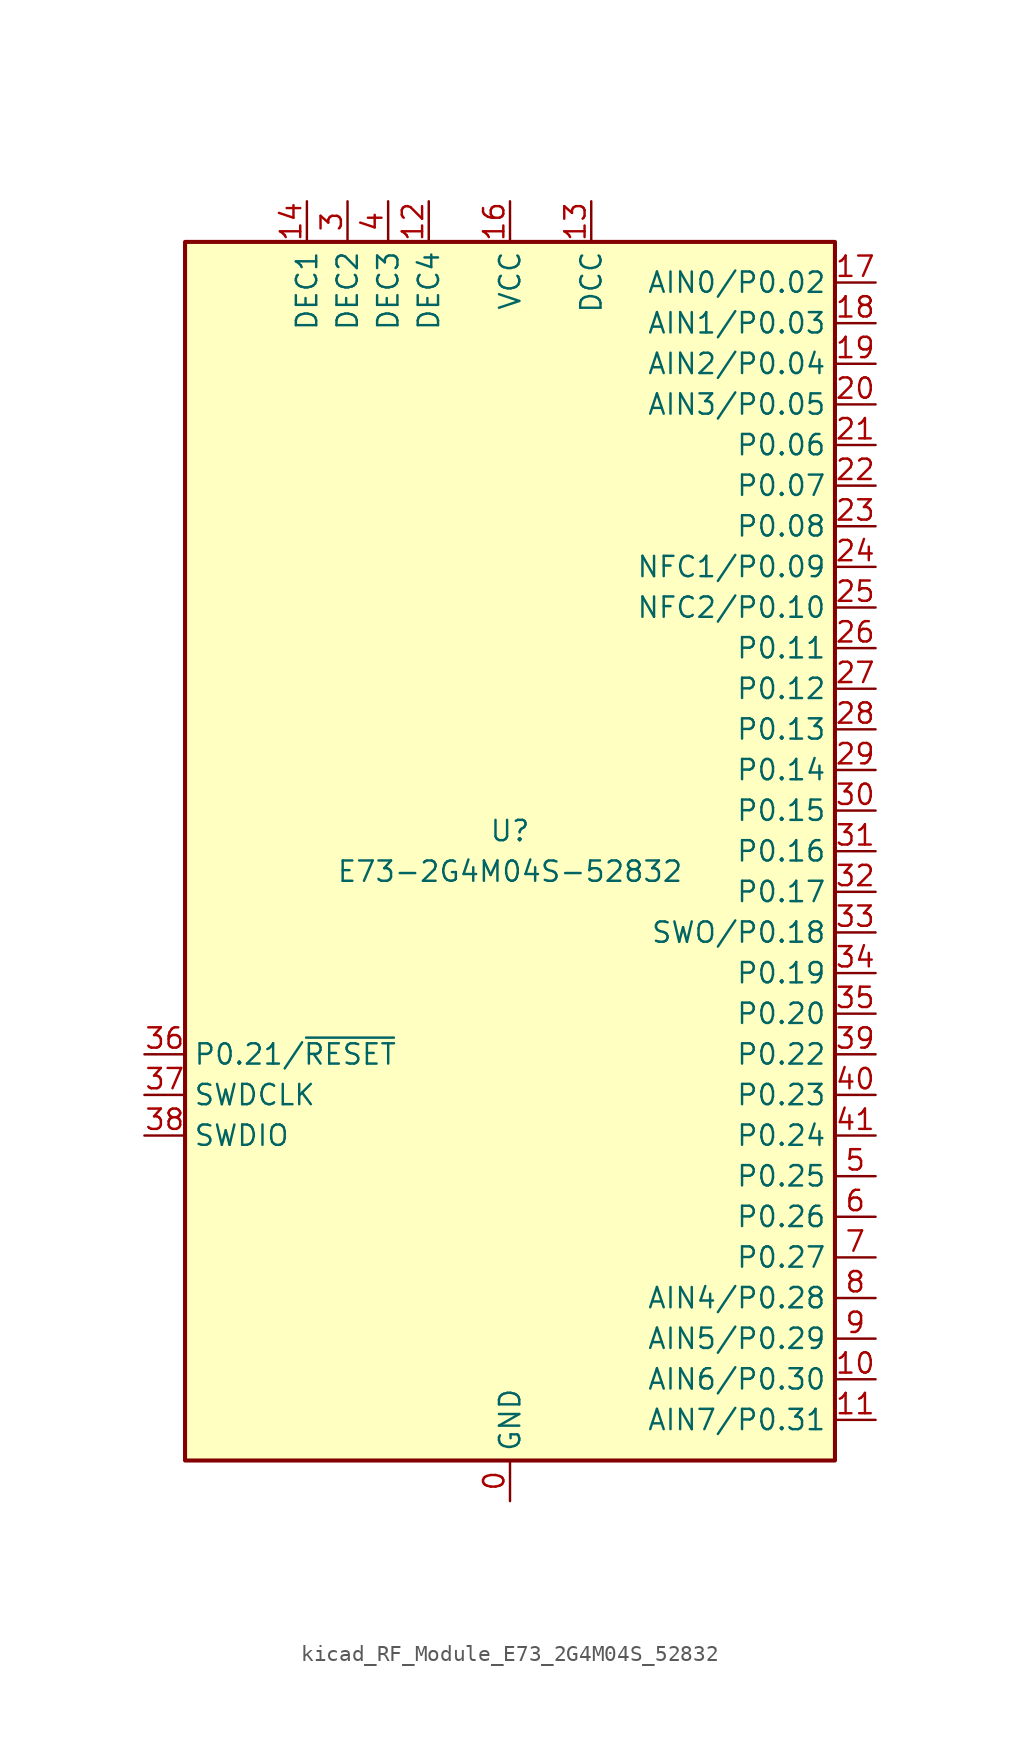
<source format=kicad_sym>
(kicad_symbol_lib
  (version 20220914)
  (generator kicad_symbol_editor)
  (symbol "kicad_RF_Module_E73_2G4M04S_52832"
    (property "Reference" "U"
      (at 0 1.27 0)
      (effects (font (size 1.27 1.27))))
    (property "Value" "E73-2G4M04S-52832"
      (at 0 -1.27 0)
      (effects (font (size 1.27 1.27))))
    (symbol "kicad_RF_Module_E73_2G4M04S_52832_0_1"
      (rectangle (start 20.32 38.1) (end -20.32 -38.1) (stroke (width 0.254) (type default)) (fill (type background))))
    (symbol "kicad_RF_Module_E73_2G4M04S_52832_1_1"
      (pin power_in line (at 0 -40.64 90) (length 2.54) (name "GND" (effects (font (size 1.27 1.27)))) (number "0" (effects (font (size 1.27 1.27)))))
      (pin passive line (at 0 -40.64 90) (length 2.54) hide (name "GND" (effects (font (size 1.27 1.27)))) (number "1" (effects (font (size 1.27 1.27)))))
      (pin bidirectional line (at 22.86 -33.02 180) (length 2.54) (name "AIN6/P0.30" (effects (font (size 1.27 1.27)))) (number "10" (effects (font (size 1.27 1.27)))))
      (pin bidirectional line (at 22.86 -35.56 180) (length 2.54) (name "AIN7/P0.31" (effects (font (size 1.27 1.27)))) (number "11" (effects (font (size 1.27 1.27)))))
      (pin passive line (at -5.08 40.64 270) (length 2.54) (name "DEC4" (effects (font (size 1.27 1.27)))) (number "12" (effects (font (size 1.27 1.27)))))
      (pin power_out line (at 5.08 40.64 270) (length 2.54) (name "DCC" (effects (font (size 1.27 1.27)))) (number "13" (effects (font (size 1.27 1.27)))))
      (pin passive line (at -12.7 40.64 270) (length 2.54) (name "DEC1" (effects (font (size 1.27 1.27)))) (number "14" (effects (font (size 1.27 1.27)))))
      (pin passive line (at 0 -40.64 90) (length 2.54) hide (name "GND" (effects (font (size 1.27 1.27)))) (number "15" (effects (font (size 1.27 1.27)))))
      (pin power_in line (at 0 40.64 270) (length 2.54) (name "VCC" (effects (font (size 1.27 1.27)))) (number "16" (effects (font (size 1.27 1.27)))))
      (pin bidirectional line (at 22.86 35.56 180) (length 2.54) (name "AIN0/P0.02" (effects (font (size 1.27 1.27)))) (number "17" (effects (font (size 1.27 1.27)))))
      (pin bidirectional line (at 22.86 33.02 180) (length 2.54) (name "AIN1/P0.03" (effects (font (size 1.27 1.27)))) (number "18" (effects (font (size 1.27 1.27)))))
      (pin bidirectional line (at 22.86 30.48 180) (length 2.54) (name "AIN2/P0.04" (effects (font (size 1.27 1.27)))) (number "19" (effects (font (size 1.27 1.27)))))
      (pin passive line (at 0 -40.64 90) (length 2.54) hide (name "GND" (effects (font (size 1.27 1.27)))) (number "2" (effects (font (size 1.27 1.27)))))
      (pin bidirectional line (at 22.86 27.94 180) (length 2.54) (name "AIN3/P0.05" (effects (font (size 1.27 1.27)))) (number "20" (effects (font (size 1.27 1.27)))))
      (pin bidirectional line (at 22.86 25.4 180) (length 2.54) (name "P0.06" (effects (font (size 1.27 1.27)))) (number "21" (effects (font (size 1.27 1.27)))))
      (pin bidirectional line (at 22.86 22.86 180) (length 2.54) (name "P0.07" (effects (font (size 1.27 1.27)))) (number "22" (effects (font (size 1.27 1.27)))))
      (pin bidirectional line (at 22.86 20.32 180) (length 2.54) (name "P0.08" (effects (font (size 1.27 1.27)))) (number "23" (effects (font (size 1.27 1.27)))))
      (pin bidirectional line (at 22.86 17.78 180) (length 2.54) (name "NFC1/P0.09" (effects (font (size 1.27 1.27)))) (number "24" (effects (font (size 1.27 1.27)))))
      (pin bidirectional line (at 22.86 15.24 180) (length 2.54) (name "NFC2/P0.10" (effects (font (size 1.27 1.27)))) (number "25" (effects (font (size 1.27 1.27)))))
      (pin bidirectional line (at 22.86 12.7 180) (length 2.54) (name "P0.11" (effects (font (size 1.27 1.27)))) (number "26" (effects (font (size 1.27 1.27)))))
      (pin bidirectional line (at 22.86 10.16 180) (length 2.54) (name "P0.12" (effects (font (size 1.27 1.27)))) (number "27" (effects (font (size 1.27 1.27)))))
      (pin bidirectional line (at 22.86 7.62 180) (length 2.54) (name "P0.13" (effects (font (size 1.27 1.27)))) (number "28" (effects (font (size 1.27 1.27)))))
      (pin bidirectional line (at 22.86 5.08 180) (length 2.54) (name "P0.14" (effects (font (size 1.27 1.27)))) (number "29" (effects (font (size 1.27 1.27)))))
      (pin passive line (at -10.16 40.64 270) (length 2.54) (name "DEC2" (effects (font (size 1.27 1.27)))) (number "3" (effects (font (size 1.27 1.27)))))
      (pin bidirectional line (at 22.86 2.54 180) (length 2.54) (name "P0.15" (effects (font (size 1.27 1.27)))) (number "30" (effects (font (size 1.27 1.27)))))
      (pin bidirectional line (at 22.86 0 180) (length 2.54) (name "P0.16" (effects (font (size 1.27 1.27)))) (number "31" (effects (font (size 1.27 1.27)))))
      (pin bidirectional line (at 22.86 -2.54 180) (length 2.54) (name "P0.17" (effects (font (size 1.27 1.27)))) (number "32" (effects (font (size 1.27 1.27)))))
      (pin bidirectional line (at 22.86 -5.08 180) (length 2.54) (name "SWO/P0.18" (effects (font (size 1.27 1.27)))) (number "33" (effects (font (size 1.27 1.27)))))
      (pin bidirectional line (at 22.86 -7.62 180) (length 2.54) (name "P0.19" (effects (font (size 1.27 1.27)))) (number "34" (effects (font (size 1.27 1.27)))))
      (pin bidirectional line (at 22.86 -10.16 180) (length 2.54) (name "P0.20" (effects (font (size 1.27 1.27)))) (number "35" (effects (font (size 1.27 1.27)))))
      (pin bidirectional line (at -22.86 -12.7 0) (length 2.54) (name "P0.21/~{RESET}" (effects (font (size 1.27 1.27)))) (number "36" (effects (font (size 1.27 1.27)))))
      (pin input line (at -22.86 -15.24 0) (length 2.54) (name "SWDCLK" (effects (font (size 1.27 1.27)))) (number "37" (effects (font (size 1.27 1.27)))))
      (pin bidirectional line (at -22.86 -17.78 0) (length 2.54) (name "SWDIO" (effects (font (size 1.27 1.27)))) (number "38" (effects (font (size 1.27 1.27)))))
      (pin bidirectional line (at 22.86 -12.7 180) (length 2.54) (name "P0.22" (effects (font (size 1.27 1.27)))) (number "39" (effects (font (size 1.27 1.27)))))
      (pin passive line (at -7.62 40.64 270) (length 2.54) (name "DEC3" (effects (font (size 1.27 1.27)))) (number "4" (effects (font (size 1.27 1.27)))))
      (pin bidirectional line (at 22.86 -15.24 180) (length 2.54) (name "P0.23" (effects (font (size 1.27 1.27)))) (number "40" (effects (font (size 1.27 1.27)))))
      (pin bidirectional line (at 22.86 -17.78 180) (length 2.54) (name "P0.24" (effects (font (size 1.27 1.27)))) (number "41" (effects (font (size 1.27 1.27)))))
      (pin passive line (at 0 -40.64 90) (length 2.54) hide (name "GND" (effects (font (size 1.27 1.27)))) (number "42" (effects (font (size 1.27 1.27)))))
      (pin passive line (at 0 -40.64 90) (length 2.54) hide (name "GND" (effects (font (size 1.27 1.27)))) (number "43" (effects (font (size 1.27 1.27)))))
      (pin bidirectional line (at 22.86 -20.32 180) (length 2.54) (name "P0.25" (effects (font (size 1.27 1.27)))) (number "5" (effects (font (size 1.27 1.27)))))
      (pin bidirectional line (at 22.86 -22.86 180) (length 2.54) (name "P0.26" (effects (font (size 1.27 1.27)))) (number "6" (effects (font (size 1.27 1.27)))))
      (pin bidirectional line (at 22.86 -25.4 180) (length 2.54) (name "P0.27" (effects (font (size 1.27 1.27)))) (number "7" (effects (font (size 1.27 1.27)))))
      (pin bidirectional line (at 22.86 -27.94 180) (length 2.54) (name "AIN4/P0.28" (effects (font (size 1.27 1.27)))) (number "8" (effects (font (size 1.27 1.27)))))
      (pin bidirectional line (at 22.86 -30.48 180) (length 2.54) (name "AIN5/P0.29" (effects (font (size 1.27 1.27)))) (number "9" (effects (font (size 1.27 1.27))))))))
</source>
